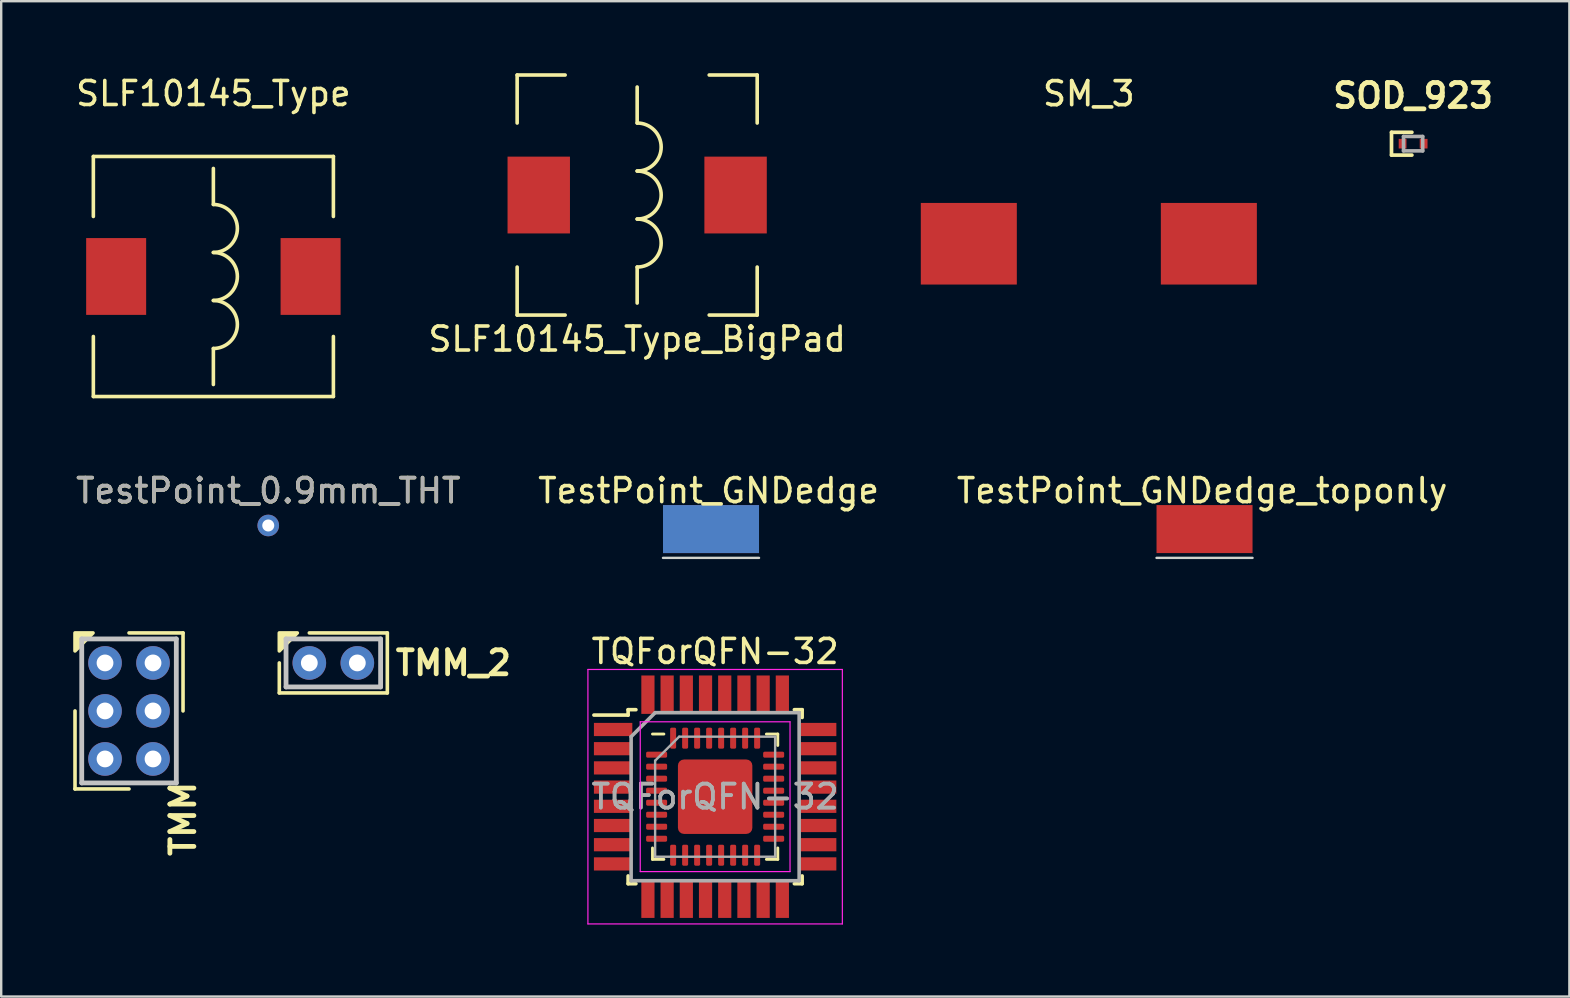
<source format=kicad_pcb>
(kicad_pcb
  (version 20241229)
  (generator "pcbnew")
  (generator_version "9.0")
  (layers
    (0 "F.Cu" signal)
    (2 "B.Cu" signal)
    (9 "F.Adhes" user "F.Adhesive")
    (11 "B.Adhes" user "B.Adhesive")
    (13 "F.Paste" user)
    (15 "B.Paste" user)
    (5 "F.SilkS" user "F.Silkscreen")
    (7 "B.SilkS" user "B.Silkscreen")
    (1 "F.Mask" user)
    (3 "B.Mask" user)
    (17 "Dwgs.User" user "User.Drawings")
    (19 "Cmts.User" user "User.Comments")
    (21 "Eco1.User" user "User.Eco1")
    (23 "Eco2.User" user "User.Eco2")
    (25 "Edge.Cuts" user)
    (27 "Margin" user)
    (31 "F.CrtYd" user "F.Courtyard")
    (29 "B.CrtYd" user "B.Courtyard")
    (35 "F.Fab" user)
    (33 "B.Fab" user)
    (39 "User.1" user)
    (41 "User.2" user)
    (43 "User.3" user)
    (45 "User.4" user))
  (footprint "SM_3"
    (layer "F.Cu")
    (at 42.31 7.104)
    (property "Reference" "SM_3" (at 0 -6.25 0) (layer "F.SilkS") (effects (font (size 1 1) (thickness 0.153))))
    (attr through_hole)
    (pad "1" smd rect (at -5 0) (size 4 3.4) (layers "F.Cu" "F.Mask" "F.Paste"))
    (pad "2" smd rect (at 5 0) (size 4 3.4) (layers "F.Cu" "F.Mask" "F.Paste")))
  (footprint "TQForQFN-32"
    (layer "F.Cu")
    (at 26.742 30.14)
    (property "Reference" "TQForQFN-32" (at 0 -6.05 0) (layer "F.SilkS") (effects (font (size 1 1) (thickness 0.15))))
    (attr smd)
    (fp_line (start -3.625 -3.625) (end -3.625 -3.4) (stroke (width 0.15) (type solid)) (layer "F.SilkS"))
    (fp_line (start -3.625 -3.625) (end -3.3 -3.625) (stroke (width 0.15) (type solid)) (layer "F.SilkS"))
    (fp_line (start -3.625 -3.4) (end -5.05 -3.4) (stroke (width 0.15) (type solid)) (layer "F.SilkS"))
    (fp_line (start -3.625 3.625) (end -3.625 3.3) (stroke (width 0.15) (type solid)) (layer "F.SilkS"))
    (fp_line (start -3.625 3.625) (end -3.3 3.625) (stroke (width 0.15) (type solid)) (layer "F.SilkS"))
    (fp_line (start -2.61 2.61) (end -2.61 2.135) (stroke (width 0.12) (type solid)) (layer "F.SilkS"))
    (fp_line (start -2.135 -2.61) (end -2.61 -2.61) (stroke (width 0.12) (type solid)) (layer "F.SilkS"))
    (fp_line (start -2.135 2.61) (end -2.61 2.61) (stroke (width 0.12) (type solid)) (layer "F.SilkS"))
    (fp_line (start 2.135 -2.61) (end 2.61 -2.61) (stroke (width 0.12) (type solid)) (layer "F.SilkS"))
    (fp_line (start 2.135 2.61) (end 2.61 2.61) (stroke (width 0.12) (type solid)) (layer "F.SilkS"))
    (fp_line (start 2.61 -2.61) (end 2.61 -2.135) (stroke (width 0.12) (type solid)) (layer "F.SilkS"))
    (fp_line (start 2.61 2.61) (end 2.61 2.135) (stroke (width 0.12) (type solid)) (layer "F.SilkS"))
    (fp_line (start 3.625 -3.625) (end 3.3 -3.625) (stroke (width 0.15) (type solid)) (layer "F.SilkS"))
    (fp_line (start 3.625 -3.625) (end 3.625 -3.3) (stroke (width 0.15) (type solid)) (layer "F.SilkS"))
    (fp_line (start 3.625 3.625) (end 3.3 3.625) (stroke (width 0.15) (type solid)) (layer "F.SilkS"))
    (fp_line (start 3.625 3.625) (end 3.625 3.3) (stroke (width 0.15) (type solid)) (layer "F.SilkS"))
    (fp_line (start -5.3 -5.3) (end -5.3 5.3) (stroke (width 0.05) (type solid)) (layer "F.CrtYd"))
    (fp_line (start -5.3 -5.3) (end 5.3 -5.3) (stroke (width 0.05) (type solid)) (layer "F.CrtYd"))
    (fp_line (start -5.3 5.3) (end 5.3 5.3) (stroke (width 0.05) (type solid)) (layer "F.CrtYd"))
    (fp_line (start -3.12 -3.12) (end -3.12 3.12) (stroke (width 0.05) (type solid)) (layer "F.CrtYd"))
    (fp_line (start -3.12 3.12) (end 3.12 3.12) (stroke (width 0.05) (type solid)) (layer "F.CrtYd"))
    (fp_line (start 3.12 -3.12) (end -3.12 -3.12) (stroke (width 0.05) (type solid)) (layer "F.CrtYd"))
    (fp_line (start 3.12 3.12) (end 3.12 -3.12) (stroke (width 0.05) (type solid)) (layer "F.CrtYd"))
    (fp_line (start 5.3 -5.3) (end 5.3 5.3) (stroke (width 0.05) (type solid)) (layer "F.CrtYd"))
    (fp_line (start -3.5 -2.5) (end -2.5 -3.5) (stroke (width 0.15) (type solid)) (layer "F.Fab"))
    (fp_line (start -3.5 3.5) (end -3.5 -2.5) (stroke (width 0.15) (type solid)) (layer "F.Fab"))
    (fp_line (start -2.5 -3.5) (end 3.5 -3.5) (stroke (width 0.15) (type solid)) (layer "F.Fab"))
    (fp_line (start -2.5 -1.5) (end -1.5 -2.5) (stroke (width 0.1) (type solid)) (layer "F.Fab"))
    (fp_line (start -2.5 2.5) (end -2.5 -1.5) (stroke (width 0.1) (type solid)) (layer "F.Fab"))
    (fp_line (start -1.5 -2.5) (end 2.5 -2.5) (stroke (width 0.1) (type solid)) (layer "F.Fab"))
    (fp_line (start 2.5 -2.5) (end 2.5 2.5) (stroke (width 0.1) (type solid)) (layer "F.Fab"))
    (fp_line (start 2.5 2.5) (end -2.5 2.5) (stroke (width 0.1) (type solid)) (layer "F.Fab"))
    (fp_line (start 3.5 -3.5) (end 3.5 3.5) (stroke (width 0.15) (type solid)) (layer "F.Fab"))
    (fp_line (start 3.5 3.5) (end -3.5 3.5) (stroke (width 0.15) (type solid)) (layer "F.Fab"))
    (fp_text user "${REFERENCE}" (at 0 0 0) (layer "F.Fab") (effects (font (size 1 1) (thickness 0.15))))
    (fp_text user "${REFERENCE}" (at 0 0 0) (layer "F.Fab") (effects (font (size 1 1) (thickness 0.15))))
    (pad "" smd roundrect (at -1.03 -1.03) (size 0.83 0.83) (layers "F.Paste") (roundrect_rratio 0.25))
    (pad "" smd roundrect (at -1.03 0) (size 0.83 0.83) (layers "F.Paste") (roundrect_rratio 0.25))
    (pad "" smd roundrect (at -1.03 1.03) (size 0.83 0.83) (layers "F.Paste") (roundrect_rratio 0.25))
    (pad "" smd roundrect (at 0 -1.03) (size 0.83 0.83) (layers "F.Paste") (roundrect_rratio 0.25))
    (pad "" smd roundrect (at 0 0) (size 0.83 0.83) (layers "F.Paste") (roundrect_rratio 0.25))
    (pad "" smd roundrect (at 0 1.03) (size 0.83 0.83) (layers "F.Paste") (roundrect_rratio 0.25))
    (pad "" smd roundrect (at 1.03 -1.03) (size 0.83 0.83) (layers "F.Paste") (roundrect_rratio 0.25))
    (pad "" smd roundrect (at 1.03 0) (size 0.83 0.83) (layers "F.Paste") (roundrect_rratio 0.25))
    (pad "" smd roundrect (at 1.03 1.03) (size 0.83 0.83) (layers "F.Paste") (roundrect_rratio 0.25))
    (pad "1" smd rect (at -4.25 -2.8) (size 1.6 0.55) (layers "F.Cu" "F.Mask" "F.Paste"))
    (pad "1" smd roundrect (at -2.438 -1.75) (size 0.875 0.25) (layers "F.Cu" "F.Mask" "F.Paste") (roundrect_rratio 0.25))
    (pad "2" smd rect (at -4.25 -2) (size 1.6 0.55) (layers "F.Cu" "F.Mask" "F.Paste"))
    (pad "2" smd roundrect (at -2.438 -1.25) (size 0.875 0.25) (layers "F.Cu" "F.Mask" "F.Paste") (roundrect_rratio 0.25))
    (pad "3" smd rect (at -4.25 -1.2) (size 1.6 0.55) (layers "F.Cu" "F.Mask" "F.Paste"))
    (pad "3" smd roundrect (at -2.438 -0.75) (size 0.875 0.25) (layers "F.Cu" "F.Mask" "F.Paste") (roundrect_rratio 0.25))
    (pad "4" smd rect (at -4.25 -0.4) (size 1.6 0.55) (layers "F.Cu" "F.Mask" "F.Paste"))
    (pad "4" smd roundrect (at -2.438 -0.25) (size 0.875 0.25) (layers "F.Cu" "F.Mask" "F.Paste") (roundrect_rratio 0.25))
    (pad "5" smd rect (at -4.25 0.4) (size 1.6 0.55) (layers "F.Cu" "F.Mask" "F.Paste"))
    (pad "5" smd roundrect (at -2.438 0.25) (size 0.875 0.25) (layers "F.Cu" "F.Mask" "F.Paste") (roundrect_rratio 0.25))
    (pad "6" smd rect (at -4.25 1.2) (size 1.6 0.55) (layers "F.Cu" "F.Mask" "F.Paste"))
    (pad "6" smd roundrect (at -2.438 0.75) (size 0.875 0.25) (layers "F.Cu" "F.Mask" "F.Paste") (roundrect_rratio 0.25))
    (pad "7" smd rect (at -4.25 2) (size 1.6 0.55) (layers "F.Cu" "F.Mask" "F.Paste"))
    (pad "7" smd roundrect (at -2.438 1.25) (size 0.875 0.25) (layers "F.Cu" "F.Mask" "F.Paste") (roundrect_rratio 0.25))
    (pad "8" smd rect (at -4.25 2.8) (size 1.6 0.55) (layers "F.Cu" "F.Mask" "F.Paste"))
    (pad "8" smd roundrect (at -2.438 1.75) (size 0.875 0.25) (layers "F.Cu" "F.Mask" "F.Paste") (roundrect_rratio 0.25))
    (pad "9" smd rect (at -2.8 4.25 90) (size 1.6 0.55) (layers "F.Cu" "F.Mask" "F.Paste"))
    (pad "9" smd roundrect (at -1.75 2.438) (size 0.25 0.875) (layers "F.Cu" "F.Mask" "F.Paste") (roundrect_rratio 0.25))
    (pad "10" smd rect (at -2 4.25 90) (size 1.6 0.55) (layers "F.Cu" "F.Mask" "F.Paste"))
    (pad "10" smd roundrect (at -1.25 2.438) (size 0.25 0.875) (layers "F.Cu" "F.Mask" "F.Paste") (roundrect_rratio 0.25))
    (pad "11" smd rect (at -1.2 4.25 90) (size 1.6 0.55) (layers "F.Cu" "F.Mask" "F.Paste"))
    (pad "11" smd roundrect (at -0.75 2.438) (size 0.25 0.875) (layers "F.Cu" "F.Mask" "F.Paste") (roundrect_rratio 0.25))
    (pad "12" smd rect (at -0.4 4.25 90) (size 1.6 0.55) (layers "F.Cu" "F.Mask" "F.Paste"))
    (pad "12" smd roundrect (at -0.25 2.438) (size 0.25 0.875) (layers "F.Cu" "F.Mask" "F.Paste") (roundrect_rratio 0.25))
    (pad "13" smd roundrect (at 0.25 2.438) (size 0.25 0.875) (layers "F.Cu" "F.Mask" "F.Paste") (roundrect_rratio 0.25))
    (pad "13" smd rect (at 0.4 4.25 90) (size 1.6 0.55) (layers "F.Cu" "F.Mask" "F.Paste"))
    (pad "14" smd roundrect (at 0.75 2.438) (size 0.25 0.875) (layers "F.Cu" "F.Mask" "F.Paste") (roundrect_rratio 0.25))
    (pad "14" smd rect (at 1.2 4.25 90) (size 1.6 0.55) (layers "F.Cu" "F.Mask" "F.Paste"))
    (pad "15" smd roundrect (at 1.25 2.438) (size 0.25 0.875) (layers "F.Cu" "F.Mask" "F.Paste") (roundrect_rratio 0.25))
    (pad "15" smd rect (at 2 4.25 90) (size 1.6 0.55) (layers "F.Cu" "F.Mask" "F.Paste"))
    (pad "16" smd roundrect (at 1.75 2.438) (size 0.25 0.875) (layers "F.Cu" "F.Mask" "F.Paste") (roundrect_rratio 0.25))
    (pad "16" smd rect (at 2.8 4.25 90) (size 1.6 0.55) (layers "F.Cu" "F.Mask" "F.Paste"))
    (pad "17" smd roundrect (at 2.438 1.75) (size 0.875 0.25) (layers "F.Cu" "F.Mask" "F.Paste") (roundrect_rratio 0.25))
    (pad "17" smd rect (at 4.25 2.8) (size 1.6 0.55) (layers "F.Cu" "F.Mask" "F.Paste"))
    (pad "18" smd roundrect (at 2.438 1.25) (size 0.875 0.25) (layers "F.Cu" "F.Mask" "F.Paste") (roundrect_rratio 0.25))
    (pad "18" smd rect (at 4.25 2) (size 1.6 0.55) (layers "F.Cu" "F.Mask" "F.Paste"))
    (pad "19" smd roundrect (at 2.438 0.75) (size 0.875 0.25) (layers "F.Cu" "F.Mask" "F.Paste") (roundrect_rratio 0.25))
    (pad "19" smd rect (at 4.25 1.2) (size 1.6 0.55) (layers "F.Cu" "F.Mask" "F.Paste"))
    (pad "20" smd roundrect (at 2.438 0.25) (size 0.875 0.25) (layers "F.Cu" "F.Mask" "F.Paste") (roundrect_rratio 0.25))
    (pad "20" smd rect (at 4.25 0.4) (size 1.6 0.55) (layers "F.Cu" "F.Mask" "F.Paste"))
    (pad "21" smd roundrect (at 2.438 -0.25) (size 0.875 0.25) (layers "F.Cu" "F.Mask" "F.Paste") (roundrect_rratio 0.25))
    (pad "21" smd rect (at 4.25 -0.4) (size 1.6 0.55) (layers "F.Cu" "F.Mask" "F.Paste"))
    (pad "22" smd roundrect (at 2.438 -0.75) (size 0.875 0.25) (layers "F.Cu" "F.Mask" "F.Paste") (roundrect_rratio 0.25))
    (pad "22" smd rect (at 4.25 -1.2) (size 1.6 0.55) (layers "F.Cu" "F.Mask" "F.Paste"))
    (pad "23" smd roundrect (at 2.438 -1.25) (size 0.875 0.25) (layers "F.Cu" "F.Mask" "F.Paste") (roundrect_rratio 0.25))
    (pad "23" smd rect (at 4.25 -2) (size 1.6 0.55) (layers "F.Cu" "F.Mask" "F.Paste"))
    (pad "24" smd roundrect (at 2.438 -1.75) (size 0.875 0.25) (layers "F.Cu" "F.Mask" "F.Paste") (roundrect_rratio 0.25))
    (pad "24" smd rect (at 4.25 -2.8) (size 1.6 0.55) (layers "F.Cu" "F.Mask" "F.Paste"))
    (pad "25" smd roundrect (at 1.75 -2.438) (size 0.25 0.875) (layers "F.Cu" "F.Mask" "F.Paste") (roundrect_rratio 0.25))
    (pad "25" smd rect (at 2.8 -4.25 90) (size 1.6 0.55) (layers "F.Cu" "F.Mask" "F.Paste"))
    (pad "26" smd roundrect (at 1.25 -2.438) (size 0.25 0.875) (layers "F.Cu" "F.Mask" "F.Paste") (roundrect_rratio 0.25))
    (pad "26" smd rect (at 2 -4.25 90) (size 1.6 0.55) (layers "F.Cu" "F.Mask" "F.Paste"))
    (pad "27" smd roundrect (at 0.75 -2.438) (size 0.25 0.875) (layers "F.Cu" "F.Mask" "F.Paste") (roundrect_rratio 0.25))
    (pad "27" smd rect (at 1.2 -4.25 90) (size 1.6 0.55) (layers "F.Cu" "F.Mask" "F.Paste"))
    (pad "28" smd roundrect (at 0.25 -2.438) (size 0.25 0.875) (layers "F.Cu" "F.Mask" "F.Paste") (roundrect_rratio 0.25))
    (pad "28" smd rect (at 0.4 -4.25 90) (size 1.6 0.55) (layers "F.Cu" "F.Mask" "F.Paste"))
    (pad "29" smd rect (at -0.4 -4.25 90) (size 1.6 0.55) (layers "F.Cu" "F.Mask" "F.Paste"))
    (pad "29" smd roundrect (at -0.25 -2.438) (size 0.25 0.875) (layers "F.Cu" "F.Mask" "F.Paste") (roundrect_rratio 0.25))
    (pad "30" smd rect (at -1.2 -4.25 90) (size 1.6 0.55) (layers "F.Cu" "F.Mask" "F.Paste"))
    (pad "30" smd roundrect (at -0.75 -2.438) (size 0.25 0.875) (layers "F.Cu" "F.Mask" "F.Paste") (roundrect_rratio 0.25))
    (pad "31" smd rect (at -2 -4.25 90) (size 1.6 0.55) (layers "F.Cu" "F.Mask" "F.Paste"))
    (pad "31" smd roundrect (at -1.25 -2.438) (size 0.25 0.875) (layers "F.Cu" "F.Mask" "F.Paste") (roundrect_rratio 0.25))
    (pad "32" smd rect (at -2.8 -4.25 90) (size 1.6 0.55) (layers "F.Cu" "F.Mask" "F.Paste"))
    (pad "32" smd roundrect (at -1.75 -2.438) (size 0.25 0.875) (layers "F.Cu" "F.Mask" "F.Paste") (roundrect_rratio 0.25))
    (pad "33" smd roundrect (at 0 0) (size 3.1 3.1) (layers "F.Cu" "F.Mask") (roundrect_rratio 0.081)))
  (footprint "TMM"
    (layer "F.Cu")
    (at 2.325 26.567)
    (property "Reference" "TMM" (at 2.25 4.5 90) (layer "F.SilkS") (effects (font (size 1 1) (thickness 0.2))))
    (attr through_hole)
    (fp_line (start -2.25 3.25) (end -2.25 0) (stroke (width 0.15) (type solid)) (layer "F.SilkS"))
    (fp_line (start 0 -3.25) (end 2.25 -3.25) (stroke (width 0.15) (type solid)) (layer "F.SilkS"))
    (fp_line (start 0 3.25) (end -2.25 3.25) (stroke (width 0.15) (type solid)) (layer "F.SilkS"))
    (fp_line (start 2.25 -3.25) (end 2.25 0) (stroke (width 0.15) (type solid)) (layer "F.SilkS"))
    (fp_poly (pts (xy -2.25 -2.5) (xy -1.5 -3.25) (xy -2.25 -3.25)) (stroke (width 0.15) (type solid)) (fill yes) (layer "F.SilkS"))
    (fp_line (start -1.97 3) (end -1.97 -3) (stroke (width 0.2) (type solid)) (layer "Dwgs.User"))
    (fp_line (start 1.97 -3) (end -1.97 -3) (stroke (width 0.2) (type solid)) (layer "Dwgs.User"))
    (fp_line (start 1.97 -3) (end 1.97 3) (stroke (width 0.2) (type solid)) (layer "Dwgs.User"))
    (fp_line (start 1.97 3) (end -1.97 3) (stroke (width 0.2) (type solid)) (layer "Dwgs.User"))
    (pad "1" thru_hole circle (at -1 -2 270) (size 1.4 1.4) (drill 0.7) (layers "*.Cu" "*.Mask"))
    (pad "1" thru_hole circle (at 1 -2 270) (size 1.4 1.4) (drill 0.7) (layers "*.Cu" "*.Mask"))
    (pad "2" thru_hole circle (at -1 0 270) (size 1.4 1.4) (drill 0.7) (layers "*.Cu" "*.Mask"))
    (pad "2" thru_hole circle (at 1 0 270) (size 1.4 1.4) (drill 0.7) (layers "*.Cu" "*.Mask"))
    (pad "3" thru_hole circle (at -1 2 270) (size 1.4 1.4) (drill 0.7) (layers "*.Cu" "*.Mask"))
    (pad "3" thru_hole circle (at 1 2 270) (size 1.4 1.4) (drill 0.7) (layers "*.Cu" "*.Mask")))
  (footprint "TMM_2"
    (layer "F.Cu")
    (at 10.836 24.567)
    (property "Reference" "TMM_2" (at 5 0 0) (layer "F.SilkS") (effects (font (size 1 1) (thickness 0.2))))
    (attr through_hole)
    (fp_line (start -2.25 1.25) (end -2.25 0) (stroke (width 0.15) (type solid)) (layer "F.SilkS"))
    (fp_line (start -1 -1.25) (end 2.25 -1.25) (stroke (width 0.15) (type solid)) (layer "F.SilkS"))
    (fp_line (start 2.25 -1.25) (end 2.25 1.25) (stroke (width 0.15) (type solid)) (layer "F.SilkS"))
    (fp_line (start 2.25 1.25) (end -2.25 1.25) (stroke (width 0.15) (type solid)) (layer "F.SilkS"))
    (fp_poly (pts (xy -2.25 -0.5) (xy -1.5 -1.25) (xy -2.25 -1.25)) (stroke (width 0.15) (type solid)) (fill yes) (layer "F.SilkS"))
    (fp_line (start -1.97 1) (end -1.97 -1) (stroke (width 0.2) (type solid)) (layer "Dwgs.User"))
    (fp_line (start 1.97 -1) (end -1.97 -1) (stroke (width 0.2) (type solid)) (layer "Dwgs.User"))
    (fp_line (start 1.97 -1) (end 1.97 1) (stroke (width 0.2) (type solid)) (layer "Dwgs.User"))
    (fp_line (start 1.97 1) (end -1.97 1) (stroke (width 0.2) (type solid)) (layer "Dwgs.User"))
    (pad "1" thru_hole circle (at -1 0 270) (size 1.4 1.4) (drill 0.7) (layers "*.Cu" "*.Mask"))
    (pad "2" thru_hole circle (at 1 0 270) (size 1.4 1.4) (drill 0.7) (layers "*.Cu" "*.Mask")))
  (footprint "SOD_923"
    (layer "F.Cu")
    (at 55.819 2.936)
    (property "Reference" "SOD_923" (at 0 -2 0) (layer "F.SilkS") (effects (font (size 1 1) (thickness 0.2))))
    (attr through_hole)
    (fp_line (start -0.9 -0.475) (end -0.9 0.475) (stroke (width 0.153) (type solid)) (layer "F.SilkS"))
    (fp_line (start -0.9 -0.475) (end -0.05 -0.475) (stroke (width 0.153) (type solid)) (layer "F.SilkS"))
    (fp_line (start -0.9 0.475) (end -0.05 0.475) (stroke (width 0.153) (type solid)) (layer "F.SilkS"))
    (fp_line (start -0.4 0.3) (end -0.4 -0.3) (stroke (width 0.15) (type solid)) (layer "F.Fab"))
    (fp_line (start 0.4 -0.3) (end -0.4 -0.3) (stroke (width 0.15) (type solid)) (layer "F.Fab"))
    (fp_line (start 0.4 0.3) (end -0.4 0.3) (stroke (width 0.15) (type solid)) (layer "F.Fab"))
    (fp_line (start 0.4 0.3) (end 0.4 -0.3) (stroke (width 0.15) (type solid)) (layer "F.Fab"))
    (pad "1" smd rect (at -0.438 0) (size 0.325 0.4) (layers "F.Cu" "F.Mask" "F.Paste"))
    (pad "2" smd rect (at 0.438 0) (size 0.325 0.4) (layers "F.Cu" "F.Mask" "F.Paste")))
  (footprint "TestPoint_GNDedge_toponly"
    (layer "F.Cu")
    (at 47.13 19.091)
    (property "Reference" "TestPoint_GNDedge_toponly" (at -0.1 -1.7 0) (layer "F.SilkS") (effects (font (size 1 1) (thickness 0.15))))
    (attr exclude_from_pos_files exclude_from_bom)
    (fp_line (start -2 1.1) (end 2 1.1) (stroke (width 0.1) (type solid)) (layer "Edge.Cuts"))
    (pad "1" connect rect (at 0 -0.1) (size 4 2) (layers "F.Cu" "F.Mask")))
  (footprint "SLF10145_Type_BigPad"
    (layer "F.Cu")
    (at 23.494 5.075)
    (property "Reference" "SLF10145_Type_BigPad" (at 0 6 180) (layer "F.SilkS") (effects (font (size 1 1) (thickness 0.15))))
    (attr through_hole)
    (fp_line (start -5 -5) (end -5 -3) (stroke (width 0.15) (type solid)) (layer "F.SilkS"))
    (fp_line (start -5 -5) (end -3 -5) (stroke (width 0.15) (type solid)) (layer "F.SilkS"))
    (fp_line (start -5 5) (end -5 3) (stroke (width 0.15) (type solid)) (layer "F.SilkS"))
    (fp_line (start -5 5) (end -3 5) (stroke (width 0.15) (type solid)) (layer "F.SilkS"))
    (fp_line (start 0 -4.5) (end 0 -3) (stroke (width 0.15) (type solid)) (layer "F.SilkS"))
    (fp_line (start 0 4.5) (end 0 3) (stroke (width 0.15) (type solid)) (layer "F.SilkS"))
    (fp_line (start 5 -5) (end 3 -5) (stroke (width 0.15) (type solid)) (layer "F.SilkS"))
    (fp_line (start 5 -3) (end 5 -5) (stroke (width 0.15) (type solid)) (layer "F.SilkS"))
    (fp_line (start 5 5) (end 3 5) (stroke (width 0.15) (type solid)) (layer "F.SilkS"))
    (fp_line (start 5 5) (end 5 3) (stroke (width 0.15) (type solid)) (layer "F.SilkS"))
    (fp_arc (start 0 -3) (mid 1 -2) (end 0 -1) (stroke (width 0.15) (type solid)) (layer "F.SilkS"))
    (fp_arc (start 0 -1) (mid 1 0) (end 0 1) (stroke (width 0.15) (type solid)) (layer "F.SilkS"))
    (fp_arc (start 0 1) (mid 1 2) (end 0 3) (stroke (width 0.15) (type solid)) (layer "F.SilkS"))
    (pad "1" smd rect (at -4.1 0) (size 2.6 3.2) (layers "F.Cu" "F.Mask" "F.Paste"))
    (pad "2" smd rect (at 4.1 0) (size 2.6 3.2) (layers "F.Cu" "F.Mask" "F.Paste")))
  (footprint "TestPoint_GNDedge"
    (layer "F.Cu")
    (at 26.57 19.091)
    (property "Reference" "TestPoint_GNDedge" (at -0.1 -1.7 0) (layer "F.SilkS") (effects (font (size 1 1) (thickness 0.15))))
    (attr exclude_from_pos_files exclude_from_bom)
    (fp_line (start -2 1.1) (end 2 1.1) (stroke (width 0.1) (type solid)) (layer "Edge.Cuts"))
    (pad "1" connect rect (at 0 -0.1) (size 4 2) (layers "F.Cu" "F.Mask"))
    (pad "1" connect rect (at 0 -0.1) (size 4 2) (layers "B.Cu" "B.Mask")))
  (footprint "TestPoint_0.9mm_THT"
    (layer "F.Cu")
    (at 8.125 18.841)
    (property "Reference" "TestPoint_0.9mm_THT" (at 0 -1.448 0) (layer "F.SilkS") (effects (font (size 1 1) (thickness 0.15))))
    (attr exclude_from_pos_files exclude_from_bom)
    (fp_text user "${REFERENCE}" (at 0 -1.45 0) (layer "F.Fab") (effects (font (size 1 1) (thickness 0.15))))
    (pad "1" thru_hole circle (at 0 0) (size 0.9 0.9) (drill 0.5) (layers "*.Cu" "*.Mask")))
  (footprint "SLF10145_Type"
    (layer "F.Cu")
    (at 5.839 8.468)
    (property "Reference" "SLF10145_Type" (at 0 -7.62 0) (layer "F.SilkS") (effects (font (size 1 1) (thickness 0.15))))
    (attr through_hole)
    (fp_line (start -5 -5) (end -5 -2.5) (stroke (width 0.15) (type solid)) (layer "F.SilkS"))
    (fp_line (start -5 -5) (end 5 -5) (stroke (width 0.15) (type solid)) (layer "F.SilkS"))
    (fp_line (start -5 5) (end -5 2.5) (stroke (width 0.15) (type solid)) (layer "F.SilkS"))
    (fp_line (start 0 -4.5) (end 0 -3) (stroke (width 0.15) (type solid)) (layer "F.SilkS"))
    (fp_line (start 0 4.5) (end 0 3) (stroke (width 0.15) (type solid)) (layer "F.SilkS"))
    (fp_line (start 5 -2.5) (end 5 -5) (stroke (width 0.15) (type solid)) (layer "F.SilkS"))
    (fp_line (start 5 5) (end -5 5) (stroke (width 0.15) (type solid)) (layer "F.SilkS"))
    (fp_line (start 5 5) (end 5 2.5) (stroke (width 0.15) (type solid)) (layer "F.SilkS"))
    (fp_arc (start 0 -3) (mid 1 -2) (end 0 -1) (stroke (width 0.15) (type solid)) (layer "F.SilkS"))
    (fp_arc (start 0 -1) (mid 1 0) (end 0 1) (stroke (width 0.15) (type solid)) (layer "F.SilkS"))
    (fp_arc (start 0 1) (mid 1 2) (end 0 3) (stroke (width 0.15) (type solid)) (layer "F.SilkS"))
    (pad "1" smd rect (at -4.05 0) (size 2.5 3.2) (layers "F.Cu" "F.Mask" "F.Paste"))
    (pad "2" smd rect (at 4.05 0) (size 2.5 3.2) (layers "F.Cu" "F.Mask" "F.Paste")))
  (gr_rect
    (start -3 -3)
    (end 62.329 38.465)
    (stroke (width 0.1) (type default))
    (fill no)
    (layer "Edge.Cuts")))
</source>
